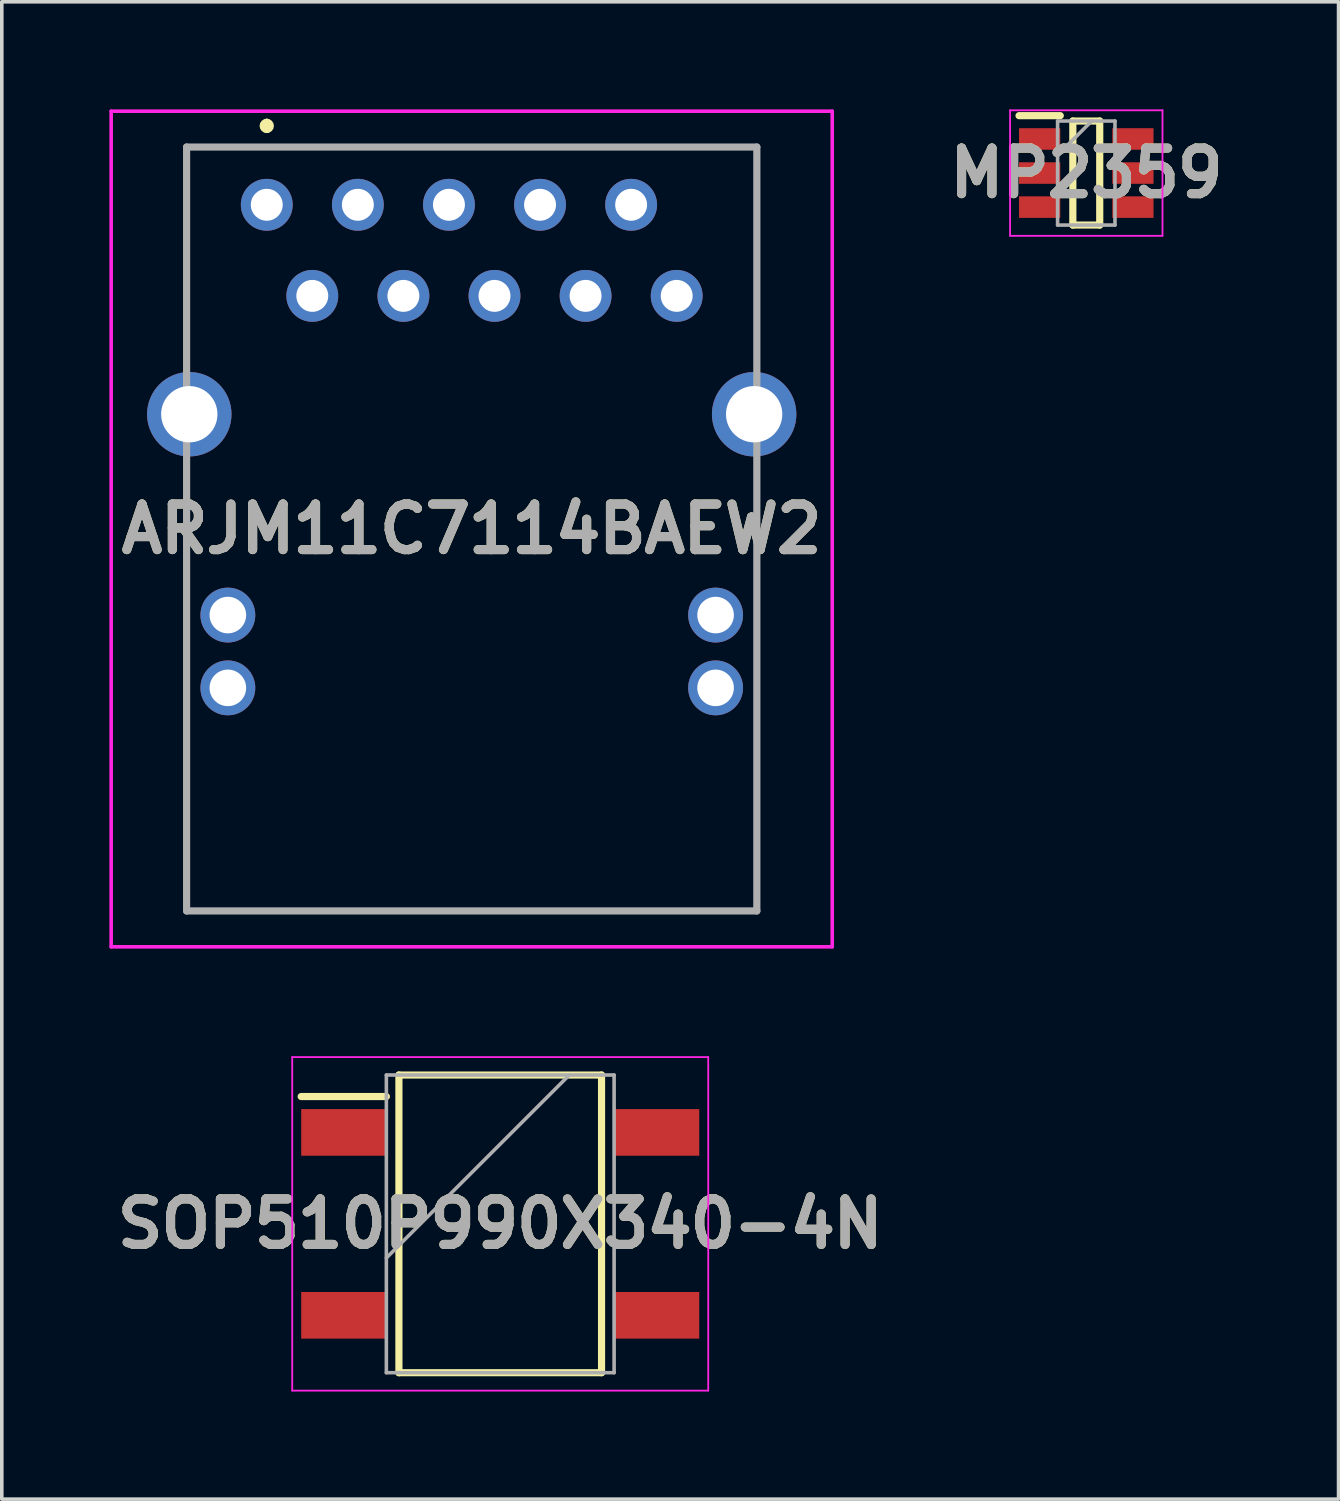
<source format=kicad_pcb>
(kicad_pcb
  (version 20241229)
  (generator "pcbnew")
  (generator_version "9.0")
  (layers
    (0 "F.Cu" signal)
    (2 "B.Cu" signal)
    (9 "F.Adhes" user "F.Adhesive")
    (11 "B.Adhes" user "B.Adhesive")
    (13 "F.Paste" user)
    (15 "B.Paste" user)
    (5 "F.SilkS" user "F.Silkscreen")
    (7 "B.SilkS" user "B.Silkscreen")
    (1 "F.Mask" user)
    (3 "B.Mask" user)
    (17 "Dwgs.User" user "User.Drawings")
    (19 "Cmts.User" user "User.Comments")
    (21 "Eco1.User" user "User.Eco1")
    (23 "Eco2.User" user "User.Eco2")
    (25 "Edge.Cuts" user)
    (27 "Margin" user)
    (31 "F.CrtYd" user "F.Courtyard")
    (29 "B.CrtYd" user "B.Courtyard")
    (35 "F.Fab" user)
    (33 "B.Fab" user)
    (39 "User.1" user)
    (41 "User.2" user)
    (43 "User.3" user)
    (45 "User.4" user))
  (footprint "ARJM11C7114BAEW2"
    (layer "F.Cu")
    (at 4.388 2.66)
    (property "Reference" "ARJM11C7114BAEW2" (at 5.714 9.04 0) (layer "F.SilkS") (effects (font (size 1.27 1.27) (thickness 0.254))))
    (attr through_hole)
    (fp_line (start -2.235 -1.61) (end 13.59 -1.61) (stroke (width 0.1) (type solid)) (layer "F.SilkS"))
    (fp_line (start -2.235 -1.5) (end -2.235 -1.61) (stroke (width 0.1) (type solid)) (layer "F.SilkS"))
    (fp_line (start -2.235 4) (end -2.235 -1.5) (stroke (width 0.1) (type solid)) (layer "F.SilkS"))
    (fp_line (start -2.235 7.5) (end -2.235 19.69) (stroke (width 0.1) (type solid)) (layer "F.SilkS"))
    (fp_line (start -2.235 19.69) (end 13.665 19.69) (stroke (width 0.1) (type solid)) (layer "F.SilkS"))
    (fp_line (start 0 -2.3) (end 0 -2.3) (stroke (width 0.2) (type solid)) (layer "F.SilkS"))
    (fp_line (start 0 -2.1) (end 0 -2.1) (stroke (width 0.2) (type solid)) (layer "F.SilkS"))
    (fp_line (start 13.59 -1.61) (end 13.665 -1.61) (stroke (width 0.1) (type solid)) (layer "F.SilkS"))
    (fp_line (start 13.665 -1.61) (end 13.665 4) (stroke (width 0.1) (type solid)) (layer "F.SilkS"))
    (fp_line (start 13.665 19.69) (end 13.665 7.5) (stroke (width 0.1) (type solid)) (layer "F.SilkS"))
    (fp_arc (start 0 -2.3) (mid 0.1 -2.2) (end 0 -2.1) (stroke (width 0.2) (type solid)) (layer "F.SilkS"))
    (fp_arc (start 0 -2.1) (mid -0.1 -2.2) (end 0 -2.3) (stroke (width 0.2) (type solid)) (layer "F.SilkS"))
    (fp_line (start -4.338 -2.61) (end 15.767 -2.61) (stroke (width 0.1) (type solid)) (layer "F.CrtYd"))
    (fp_line (start -4.338 20.69) (end -4.338 -2.61) (stroke (width 0.1) (type solid)) (layer "F.CrtYd"))
    (fp_line (start 15.767 -2.61) (end 15.767 20.69) (stroke (width 0.1) (type solid)) (layer "F.CrtYd"))
    (fp_line (start 15.767 20.69) (end -4.338 20.69) (stroke (width 0.1) (type solid)) (layer "F.CrtYd"))
    (fp_line (start -2.235 -1.61) (end 13.665 -1.61) (stroke (width 0.2) (type solid)) (layer "F.Fab"))
    (fp_line (start -2.235 19.69) (end -2.235 -1.61) (stroke (width 0.2) (type solid)) (layer "F.Fab"))
    (fp_line (start 13.665 -1.61) (end 13.665 19.69) (stroke (width 0.2) (type solid)) (layer "F.Fab"))
    (fp_line (start 13.665 19.69) (end -2.235 19.69) (stroke (width 0.2) (type solid)) (layer "F.Fab"))
    (fp_text user "${REFERENCE}" (at 5.714 9.04 0) (layer "F.Fab") (effects (font (size 1.27 1.27) (thickness 0.254))))
    (pad "" np_thru_hole circle (at 0 8.89) (size 0.001 0.001) (drill 3.25) (layers "*.Cu" "*.Mask"))
    (pad "" np_thru_hole circle (at 11.43 8.89) (size 0.001 0.001) (drill 3.25) (layers "*.Cu" "*.Mask"))
    (pad "1" thru_hole circle (at 0 0) (size 1.446 1.446) (drill 0.89) (layers "*.Cu" "*.Mask"))
    (pad "2" thru_hole circle (at 1.27 2.54) (size 1.446 1.446) (drill 0.89) (layers "*.Cu" "*.Mask"))
    (pad "3" thru_hole circle (at 2.54 0) (size 1.446 1.446) (drill 0.89) (layers "*.Cu" "*.Mask"))
    (pad "4" thru_hole circle (at 3.81 2.54) (size 1.446 1.446) (drill 0.89) (layers "*.Cu" "*.Mask"))
    (pad "5" thru_hole circle (at 5.08 0) (size 1.446 1.446) (drill 0.89) (layers "*.Cu" "*.Mask"))
    (pad "6" thru_hole circle (at 6.35 2.54) (size 1.446 1.446) (drill 0.89) (layers "*.Cu" "*.Mask"))
    (pad "7" thru_hole circle (at 7.62 0) (size 1.446 1.446) (drill 0.89) (layers "*.Cu" "*.Mask"))
    (pad "8" thru_hole circle (at 8.89 2.54) (size 1.446 1.446) (drill 0.89) (layers "*.Cu" "*.Mask"))
    (pad "9" thru_hole circle (at 10.16 0) (size 1.446 1.446) (drill 0.89) (layers "*.Cu" "*.Mask"))
    (pad "10" thru_hole circle (at 11.43 2.54) (size 1.446 1.446) (drill 0.89) (layers "*.Cu" "*.Mask"))
    (pad "L1" thru_hole circle (at -1.085 11.44) (size 1.53 1.53) (drill 1.02) (layers "*.Cu" "*.Mask"))
    (pad "L2" thru_hole circle (at -1.085 13.47) (size 1.53 1.53) (drill 1.02) (layers "*.Cu" "*.Mask"))
    (pad "L3" thru_hole circle (at 12.515 11.44) (size 1.53 1.53) (drill 1.02) (layers "*.Cu" "*.Mask"))
    (pad "L4" thru_hole circle (at 12.515 13.47) (size 1.53 1.53) (drill 1.02) (layers "*.Cu" "*.Mask"))
    (pad "MH1" thru_hole circle (at -2.16 5.84) (size 2.355 2.355) (drill 1.57) (layers "*.Cu" "*.Mask"))
    (pad "MH2" thru_hole circle (at 13.59 5.84) (size 2.355 2.355) (drill 1.57) (layers "*.Cu" "*.Mask")))
  (footprint "SOP510P990X340-4N"
    (layer "F.Cu")
    (at 10.898 31.075)
    (property "Reference" "SOP510P990X340-4N" (at 0 0 0) (layer "F.SilkS") (effects (font (size 1.27 1.27) (thickness 0.254))))
    (attr smd)
    (fp_line (start -5.55 -3.55) (end -3.175 -3.55) (stroke (width 0.2) (type solid)) (layer "F.SilkS"))
    (fp_line (start -2.825 -4.15) (end 2.825 -4.15) (stroke (width 0.2) (type solid)) (layer "F.SilkS"))
    (fp_line (start -2.825 4.15) (end -2.825 -4.15) (stroke (width 0.2) (type solid)) (layer "F.SilkS"))
    (fp_line (start 2.825 -4.15) (end 2.825 4.15) (stroke (width 0.2) (type solid)) (layer "F.SilkS"))
    (fp_line (start 2.825 4.15) (end -2.825 4.15) (stroke (width 0.2) (type solid)) (layer "F.SilkS"))
    (fp_line (start -5.8 -4.65) (end 5.8 -4.65) (stroke (width 0.05) (type solid)) (layer "F.CrtYd"))
    (fp_line (start -5.8 4.65) (end -5.8 -4.65) (stroke (width 0.05) (type solid)) (layer "F.CrtYd"))
    (fp_line (start 5.8 -4.65) (end 5.8 4.65) (stroke (width 0.05) (type solid)) (layer "F.CrtYd"))
    (fp_line (start 5.8 4.65) (end -5.8 4.65) (stroke (width 0.05) (type solid)) (layer "F.CrtYd"))
    (fp_line (start -3.175 -4.15) (end 3.175 -4.15) (stroke (width 0.1) (type solid)) (layer "F.Fab"))
    (fp_line (start -3.175 0.95) (end 1.925 -4.15) (stroke (width 0.1) (type solid)) (layer "F.Fab"))
    (fp_line (start -3.175 4.15) (end -3.175 -4.15) (stroke (width 0.1) (type solid)) (layer "F.Fab"))
    (fp_line (start 3.175 -4.15) (end 3.175 4.15) (stroke (width 0.1) (type solid)) (layer "F.Fab"))
    (fp_line (start 3.175 4.15) (end -3.175 4.15) (stroke (width 0.1) (type solid)) (layer "F.Fab"))
    (fp_text user "${REFERENCE}" (at 0 0 0) (layer "F.Fab") (effects (font (size 1.27 1.27) (thickness 0.254))))
    (pad "1" smd rect (at -4.362 -2.55 90) (size 1.3 2.375) (layers "F.Cu" "F.Mask" "F.Paste"))
    (pad "2" smd rect (at -4.362 2.55 90) (size 1.3 2.375) (layers "F.Cu" "F.Mask" "F.Paste"))
    (pad "3" smd rect (at 4.362 2.55 90) (size 1.3 2.375) (layers "F.Cu" "F.Mask" "F.Paste"))
    (pad "4" smd rect (at 4.362 -2.55 90) (size 1.3 2.375) (layers "F.Cu" "F.Mask" "F.Paste")))
  (footprint "MP2359"
    (layer "F.Cu")
    (at 27.239 1.775)
    (property "Reference" "MP2359" (at 0 0 0) (layer "F.SilkS") (effects (font (size 1.27 1.27) (thickness 0.254))))
    (attr smd)
    (fp_line (start -1.875 -1.6) (end -0.725 -1.6) (stroke (width 0.2) (type solid)) (layer "F.SilkS"))
    (fp_line (start -0.375 -1.45) (end 0.375 -1.45) (stroke (width 0.2) (type solid)) (layer "F.SilkS"))
    (fp_line (start -0.375 1.45) (end -0.375 -1.45) (stroke (width 0.2) (type solid)) (layer "F.SilkS"))
    (fp_line (start 0.375 -1.45) (end 0.375 1.45) (stroke (width 0.2) (type solid)) (layer "F.SilkS"))
    (fp_line (start 0.375 1.45) (end -0.375 1.45) (stroke (width 0.2) (type solid)) (layer "F.SilkS"))
    (fp_line (start -2.125 -1.75) (end 2.125 -1.75) (stroke (width 0.05) (type solid)) (layer "F.CrtYd"))
    (fp_line (start -2.125 1.75) (end -2.125 -1.75) (stroke (width 0.05) (type solid)) (layer "F.CrtYd"))
    (fp_line (start 2.125 -1.75) (end 2.125 1.75) (stroke (width 0.05) (type solid)) (layer "F.CrtYd"))
    (fp_line (start 2.125 1.75) (end -2.125 1.75) (stroke (width 0.05) (type solid)) (layer "F.CrtYd"))
    (fp_line (start -0.8 -1.45) (end 0.8 -1.45) (stroke (width 0.1) (type solid)) (layer "F.Fab"))
    (fp_line (start -0.8 -0.5) (end 0.15 -1.45) (stroke (width 0.1) (type solid)) (layer "F.Fab"))
    (fp_line (start -0.8 1.45) (end -0.8 -1.45) (stroke (width 0.1) (type solid)) (layer "F.Fab"))
    (fp_line (start 0.8 -1.45) (end 0.8 1.45) (stroke (width 0.1) (type solid)) (layer "F.Fab"))
    (fp_line (start 0.8 1.45) (end -0.8 1.45) (stroke (width 0.1) (type solid)) (layer "F.Fab"))
    (fp_text user "${REFERENCE}" (at 0 0 0) (layer "F.Fab") (effects (font (size 1.27 1.27) (thickness 0.254))))
    (pad "1" smd rect (at -1.3 -0.95 90) (size 0.6 1.15) (layers "F.Cu" "F.Mask" "F.Paste"))
    (pad "2" smd rect (at -1.3 0 90) (size 0.6 1.15) (layers "F.Cu" "F.Mask" "F.Paste"))
    (pad "3" smd rect (at -1.3 0.95 90) (size 0.6 1.15) (layers "F.Cu" "F.Mask" "F.Paste"))
    (pad "4" smd rect (at 1.3 0.95 90) (size 0.6 1.15) (layers "F.Cu" "F.Mask" "F.Paste"))
    (pad "5" smd rect (at 1.3 0 90) (size 0.6 1.15) (layers "F.Cu" "F.Mask" "F.Paste"))
    (pad "6" smd rect (at 1.3 -0.95 90) (size 0.6 1.15) (layers "F.Cu" "F.Mask" "F.Paste")))
  (gr_rect
    (start -3 -3)
    (end 34.273 38.75)
    (stroke (width 0.1) (type default))
    (fill no)
    (layer "Edge.Cuts")))
</source>
